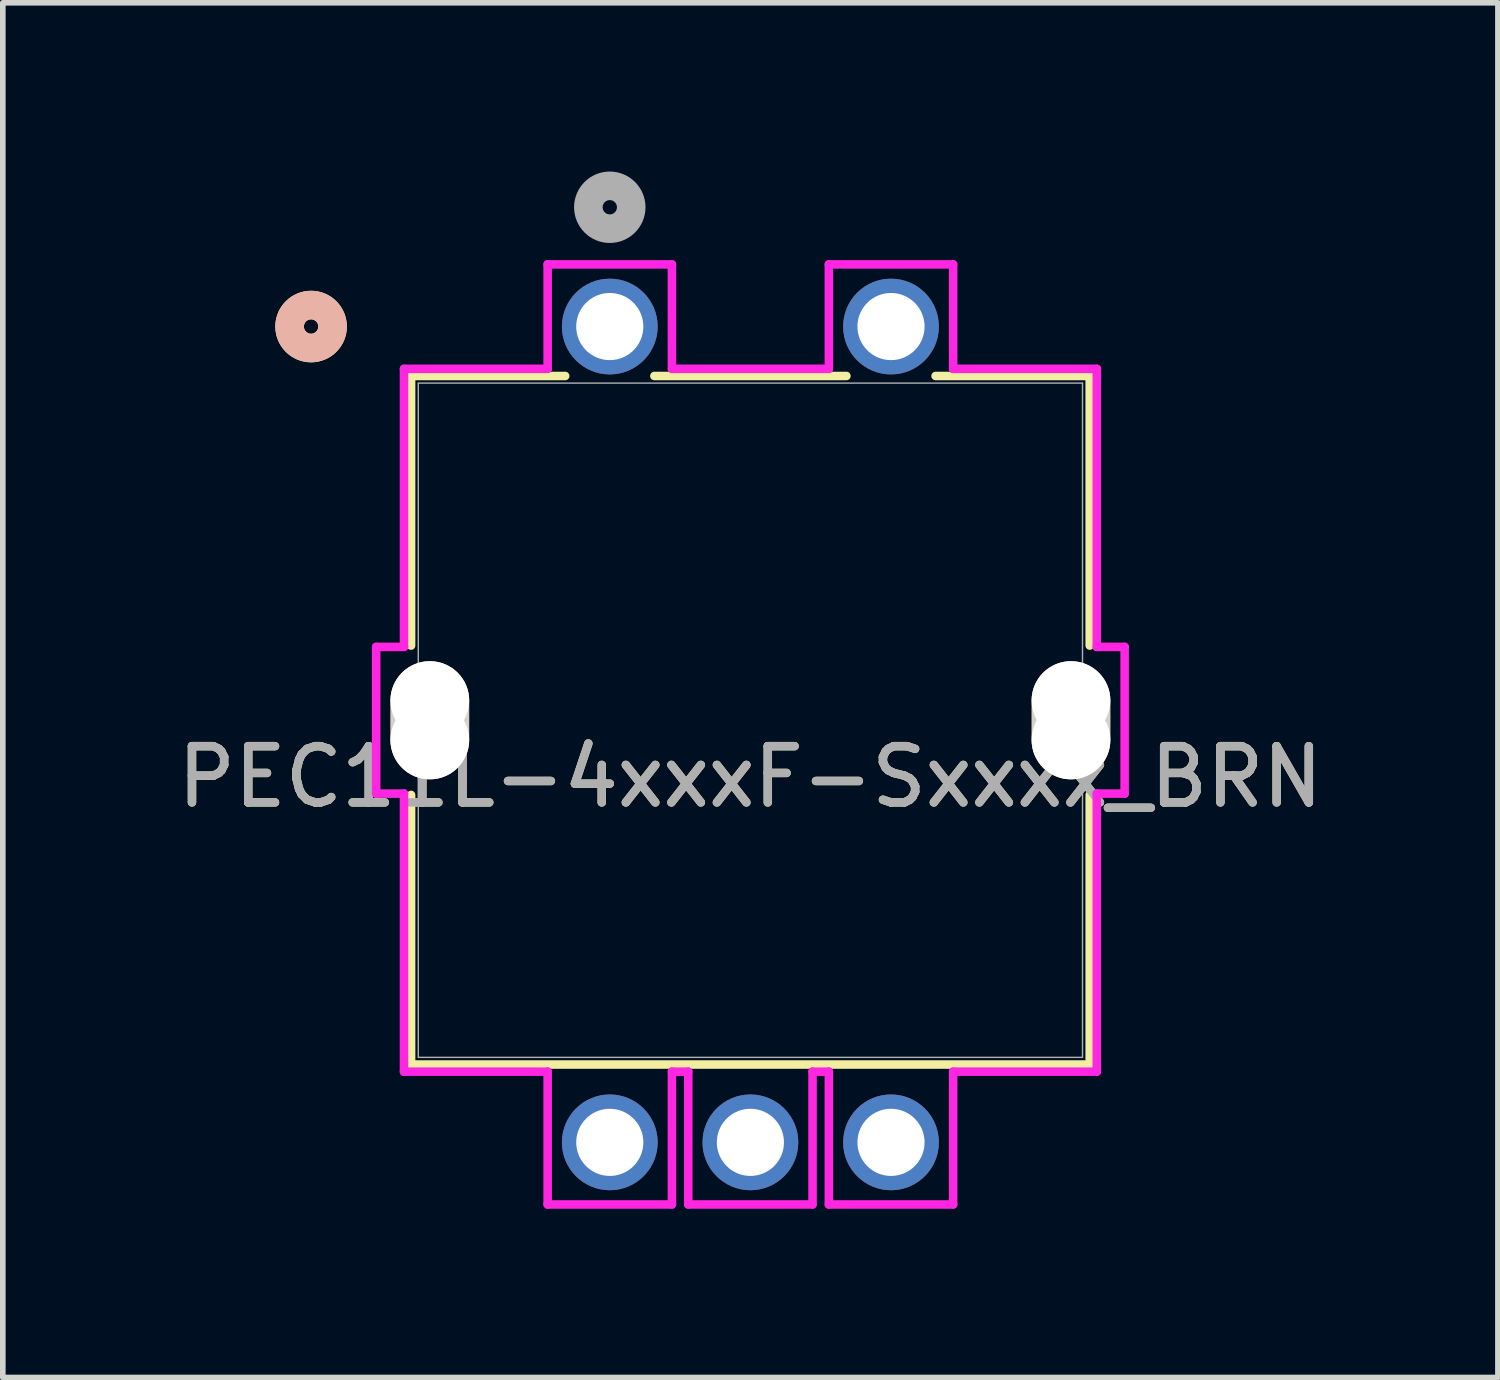
<source format=kicad_pcb>
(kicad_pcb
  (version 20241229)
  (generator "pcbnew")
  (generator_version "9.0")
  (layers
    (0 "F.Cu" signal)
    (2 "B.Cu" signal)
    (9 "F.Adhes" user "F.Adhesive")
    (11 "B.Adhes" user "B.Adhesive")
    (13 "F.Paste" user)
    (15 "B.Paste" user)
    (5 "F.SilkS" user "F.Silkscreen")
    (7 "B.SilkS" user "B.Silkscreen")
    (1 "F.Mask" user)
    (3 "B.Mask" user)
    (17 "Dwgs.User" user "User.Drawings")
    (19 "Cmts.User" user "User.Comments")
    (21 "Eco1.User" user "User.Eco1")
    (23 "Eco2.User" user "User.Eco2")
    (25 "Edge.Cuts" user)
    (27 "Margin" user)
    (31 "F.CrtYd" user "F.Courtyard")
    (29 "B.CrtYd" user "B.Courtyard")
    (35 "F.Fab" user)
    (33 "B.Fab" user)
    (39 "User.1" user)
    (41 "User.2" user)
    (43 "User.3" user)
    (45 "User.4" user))
  (footprint "PEC11L-4xxxF-Sxxxx_BRN"
    (layer "F.Cu")
    (at 7.792 2.756)
    (property "Reference" "PEC11L-4xxxF-Sxxxx_BRN" (at 2.5 8.006 0) (unlocked yes) (layer "F.SilkS") (effects (font (size 1 1) (thickness 0.15))))
    (attr through_hole)
    (fp_line (start -3.533 0.879) (end -0.793 0.879) (stroke (width 0.152) (type solid)) (layer "F.SilkS"))
    (fp_line (start -3.533 5.672) (end -3.533 0.879) (stroke (width 0.152) (type solid)) (layer "F.SilkS"))
    (fp_line (start -3.533 13.121) (end -3.533 8.328) (stroke (width 0.152) (type solid)) (layer "F.SilkS"))
    (fp_line (start 0.793 0.879) (end 4.207 0.879) (stroke (width 0.152) (type solid)) (layer "F.SilkS"))
    (fp_line (start 5.793 0.879) (end 8.533 0.879) (stroke (width 0.152) (type solid)) (layer "F.SilkS"))
    (fp_line (start 8.533 0.879) (end 8.533 5.672) (stroke (width 0.152) (type solid)) (layer "F.SilkS"))
    (fp_line (start 8.533 8.328) (end 8.533 13.121) (stroke (width 0.152) (type solid)) (layer "F.SilkS"))
    (fp_line (start 8.533 13.121) (end -3.533 13.121) (stroke (width 0.152) (type solid)) (layer "F.SilkS"))
    (fp_circle (center -5.311 -0.000012) (end -4.929 -0.000012) (stroke (width 0.508) (type solid)) (fill no) (layer "F.SilkS"))
    (fp_circle (center -5.311 -0.000012) (end -4.929 -0.000012) (stroke (width 0.508) (type solid)) (fill no) (layer "B.SilkS"))
    (fp_line (start -3.2 7.35) (end -3.2 6.65) (stroke (width 1.4) (type solid)) (layer "Edge.Cuts"))
    (fp_line (start 8.2 7.35) (end 8.2 6.65) (stroke (width 1.4) (type solid)) (layer "Edge.Cuts"))
    (fp_line (start -4.154 5.696) (end -4.154 8.304) (stroke (width 0.152) (type solid)) (layer "F.CrtYd"))
    (fp_line (start -4.154 8.304) (end -3.659 8.304) (stroke (width 0.152) (type solid)) (layer "F.CrtYd"))
    (fp_line (start -3.659 0.752) (end -3.659 5.696) (stroke (width 0.152) (type solid)) (layer "F.CrtYd"))
    (fp_line (start -3.659 5.696) (end -4.154 5.696) (stroke (width 0.152) (type solid)) (layer "F.CrtYd"))
    (fp_line (start -3.659 8.304) (end -3.659 13.248) (stroke (width 0.152) (type solid)) (layer "F.CrtYd"))
    (fp_line (start -3.659 13.248) (end -1.105 13.248) (stroke (width 0.152) (type solid)) (layer "F.CrtYd"))
    (fp_line (start -1.105 -1.105) (end -1.105 0.752) (stroke (width 0.152) (type solid)) (layer "F.CrtYd"))
    (fp_line (start -1.105 0.752) (end -3.659 0.752) (stroke (width 0.152) (type solid)) (layer "F.CrtYd"))
    (fp_line (start -1.105 13.248) (end -1.105 15.609) (stroke (width 0.152) (type solid)) (layer "F.CrtYd"))
    (fp_line (start -1.105 15.609) (end 1.105 15.609) (stroke (width 0.152) (type solid)) (layer "F.CrtYd"))
    (fp_line (start 1.105 -1.105) (end -1.105 -1.105) (stroke (width 0.152) (type solid)) (layer "F.CrtYd"))
    (fp_line (start 1.105 0.752) (end 1.105 -1.105) (stroke (width 0.152) (type solid)) (layer "F.CrtYd"))
    (fp_line (start 1.105 13.248) (end 1.395 13.248) (stroke (width 0.152) (type solid)) (layer "F.CrtYd"))
    (fp_line (start 1.105 15.609) (end 1.105 13.248) (stroke (width 0.152) (type solid)) (layer "F.CrtYd"))
    (fp_line (start 1.395 13.248) (end 1.395 15.609) (stroke (width 0.152) (type solid)) (layer "F.CrtYd"))
    (fp_line (start 1.395 15.609) (end 3.605 15.609) (stroke (width 0.152) (type solid)) (layer "F.CrtYd"))
    (fp_line (start 3.605 13.248) (end 3.895 13.248) (stroke (width 0.152) (type solid)) (layer "F.CrtYd"))
    (fp_line (start 3.605 15.609) (end 3.605 13.248) (stroke (width 0.152) (type solid)) (layer "F.CrtYd"))
    (fp_line (start 3.895 -1.105) (end 3.895 0.752) (stroke (width 0.152) (type solid)) (layer "F.CrtYd"))
    (fp_line (start 3.895 0.752) (end 1.105 0.752) (stroke (width 0.152) (type solid)) (layer "F.CrtYd"))
    (fp_line (start 3.895 13.248) (end 3.895 15.609) (stroke (width 0.152) (type solid)) (layer "F.CrtYd"))
    (fp_line (start 3.895 15.609) (end 6.105 15.609) (stroke (width 0.152) (type solid)) (layer "F.CrtYd"))
    (fp_line (start 6.105 -1.105) (end 3.895 -1.105) (stroke (width 0.152) (type solid)) (layer "F.CrtYd"))
    (fp_line (start 6.105 0.752) (end 6.105 -1.105) (stroke (width 0.152) (type solid)) (layer "F.CrtYd"))
    (fp_line (start 6.105 13.248) (end 8.659 13.248) (stroke (width 0.152) (type solid)) (layer "F.CrtYd"))
    (fp_line (start 6.105 15.609) (end 6.105 13.248) (stroke (width 0.152) (type solid)) (layer "F.CrtYd"))
    (fp_line (start 8.659 0.752) (end 6.105 0.752) (stroke (width 0.152) (type solid)) (layer "F.CrtYd"))
    (fp_line (start 8.659 5.696) (end 8.659 0.752) (stroke (width 0.152) (type solid)) (layer "F.CrtYd"))
    (fp_line (start 8.659 8.304) (end 9.154 8.304) (stroke (width 0.152) (type solid)) (layer "F.CrtYd"))
    (fp_line (start 8.659 13.248) (end 8.659 8.304) (stroke (width 0.152) (type solid)) (layer "F.CrtYd"))
    (fp_line (start 9.154 5.696) (end 8.659 5.696) (stroke (width 0.152) (type solid)) (layer "F.CrtYd"))
    (fp_line (start 9.154 8.304) (end 9.154 5.696) (stroke (width 0.152) (type solid)) (layer "F.CrtYd"))
    (fp_line (start -3.405 1.006) (end -3.405 12.994) (stroke (width 0.025) (type solid)) (layer "F.Fab"))
    (fp_line (start -3.405 12.994) (end 8.405 12.994) (stroke (width 0.025) (type solid)) (layer "F.Fab"))
    (fp_line (start 8.405 1.006) (end -3.405 1.006) (stroke (width 0.025) (type solid)) (layer "F.Fab"))
    (fp_line (start 8.405 12.994) (end 8.405 1.006) (stroke (width 0.025) (type solid)) (layer "F.Fab"))
    (fp_circle (center 0 -2.121) (end 0.381 -2.121) (stroke (width 0.508) (type solid)) (fill no) (layer "F.Fab"))
    (fp_text user "${REFERENCE}" (at 2.5 8.006 0) (unlocked yes) (layer "F.Fab") (effects (font (size 1 1) (thickness 0.15))))
    (pad "" np_thru_hole circle (at -3.2 6.65) (size 1.4 1.4) (drill 1.4) (layers "*.Cu" "*.Mask"))
    (pad "" np_thru_hole circle (at -3.2 7.35) (size 1.4 1.4) (drill 1.4) (layers "*.Cu" "*.Mask"))
    (pad "" np_thru_hole circle (at 8.2 6.65) (size 1.4 1.4) (drill 1.4) (layers "*.Cu" "*.Mask"))
    (pad "" np_thru_hole circle (at 8.2 7.35) (size 1.4 1.4) (drill 1.4) (layers "*.Cu" "*.Mask"))
    (pad "1" thru_hole circle (at 0 0) (size 1.702 1.702) (drill 1.194) (layers "*.Cu" "*.Mask"))
    (pad "2" thru_hole circle (at 5 0) (size 1.702 1.702) (drill 1.194) (layers "*.Cu" "*.Mask"))
    (pad "7" smd oval (at -3.2 7) (size 1.4 2.1) (layers "F.Cu" "F.Mask" "F.Paste"))
    (pad "8" smd oval (at 8.2 7) (size 1.4 2.1) (layers "F.Cu" "F.Mask" "F.Paste"))
    (pad "A" thru_hole circle (at 0 14.505) (size 1.702 1.702) (drill 1.194) (layers "*.Cu" "*.Mask"))
    (pad "B" thru_hole circle (at 5 14.505) (size 1.702 1.702) (drill 1.194) (layers "*.Cu" "*.Mask"))
    (pad "C" thru_hole circle (at 2.5 14.505) (size 1.702 1.702) (drill 1.194) (layers "*.Cu" "*.Mask")))
  (gr_rect
    (start -3 -3)
    (end 23.583 21.442)
    (stroke (width 0.1) (type default))
    (fill no)
    (layer "Edge.Cuts")))
</source>
